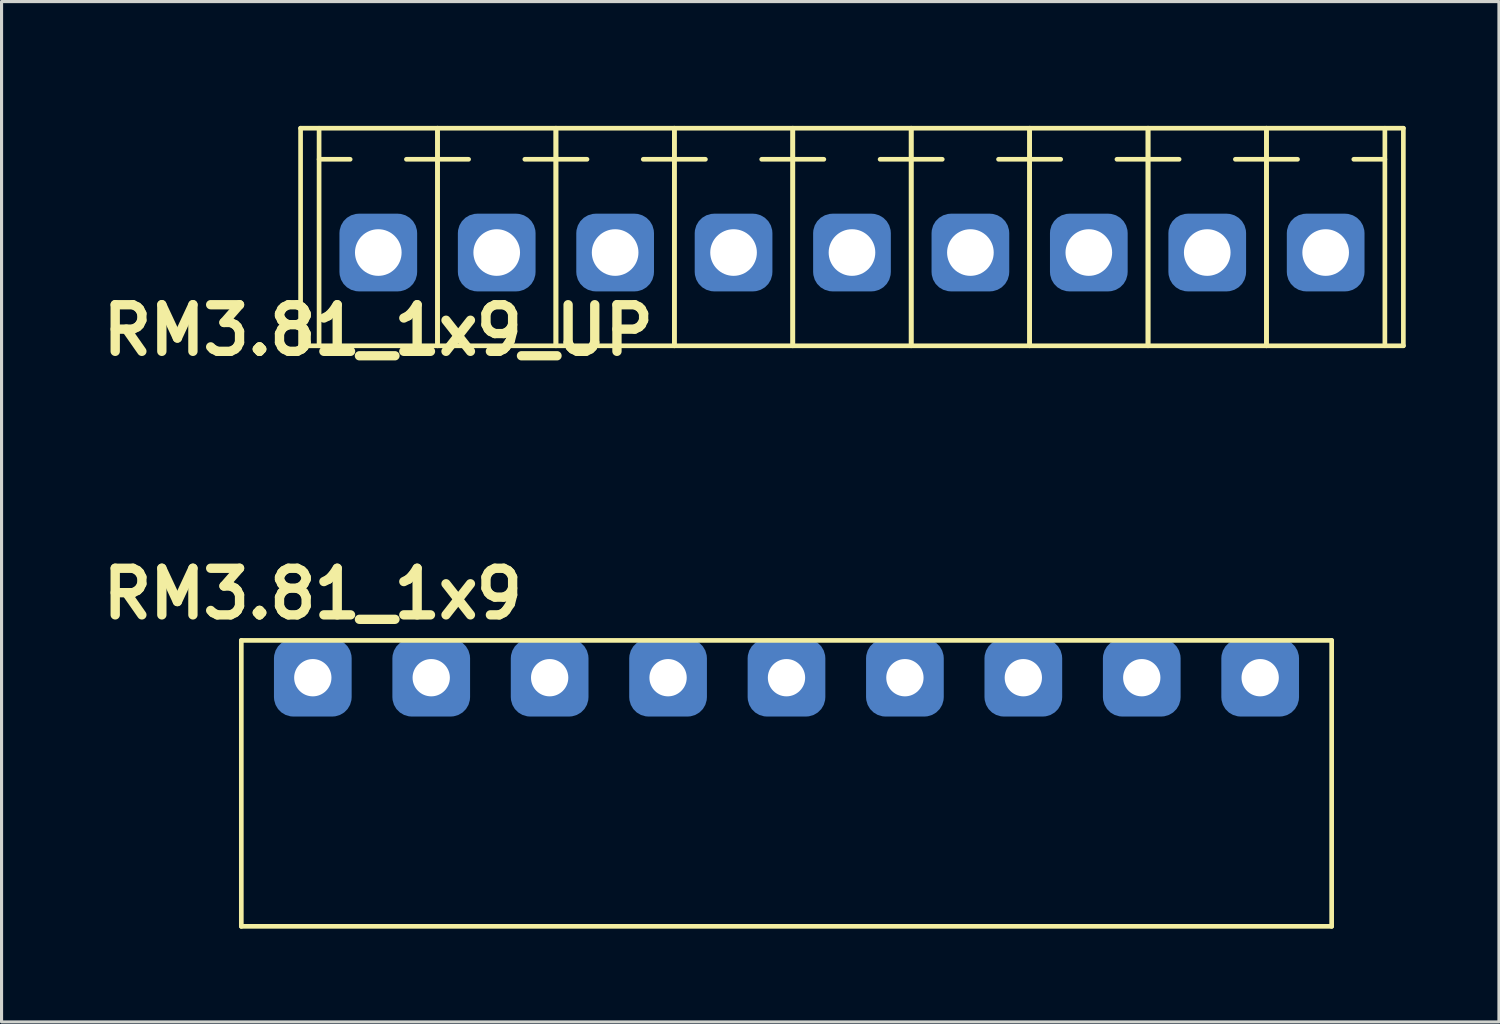
<source format=kicad_pcb>
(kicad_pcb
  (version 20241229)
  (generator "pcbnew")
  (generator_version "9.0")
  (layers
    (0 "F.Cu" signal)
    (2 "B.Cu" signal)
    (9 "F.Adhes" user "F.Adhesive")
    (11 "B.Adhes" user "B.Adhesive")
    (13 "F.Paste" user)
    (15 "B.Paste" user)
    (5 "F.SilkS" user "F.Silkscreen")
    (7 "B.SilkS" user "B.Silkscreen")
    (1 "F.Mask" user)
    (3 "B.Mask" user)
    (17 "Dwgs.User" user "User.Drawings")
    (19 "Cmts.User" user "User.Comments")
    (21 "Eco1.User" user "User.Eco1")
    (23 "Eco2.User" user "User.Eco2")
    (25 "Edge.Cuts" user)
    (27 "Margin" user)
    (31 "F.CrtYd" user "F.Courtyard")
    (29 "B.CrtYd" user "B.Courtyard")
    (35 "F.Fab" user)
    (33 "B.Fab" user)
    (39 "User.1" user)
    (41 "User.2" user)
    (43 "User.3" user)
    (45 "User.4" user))
  (footprint "RM3.81_1x9_UP"
    (layer "F.Cu")
    (at 9.121 5.075)
    (property "Reference" "RM3.81_1x9_UP" (at 0 2.5 0) (layer "F.SilkS") (effects (font (size 1.5 1.5) (thickness 0.3))))
    (attr through_hole)
    (fp_line (start -2.5 -4) (end -2.5 3) (stroke (width 0.15) (type solid)) (layer "F.SilkS"))
    (fp_line (start -2.5 3) (end 32.98 3) (stroke (width 0.15) (type solid)) (layer "F.SilkS"))
    (fp_line (start -1.905 -3) (end -0.905 -3) (stroke (width 0.15) (type solid)) (layer "F.SilkS"))
    (fp_line (start -1.905 3) (end -1.905 -4) (stroke (width 0.15) (type solid)) (layer "F.SilkS"))
    (fp_line (start 1.905 -3) (end 0.905 -3) (stroke (width 0.15) (type solid)) (layer "F.SilkS"))
    (fp_line (start 1.905 -3) (end 2.905 -3) (stroke (width 0.15) (type solid)) (layer "F.SilkS"))
    (fp_line (start 1.905 3) (end 1.905 -4) (stroke (width 0.15) (type solid)) (layer "F.SilkS"))
    (fp_line (start 1.905 3) (end 1.905 -4) (stroke (width 0.15) (type solid)) (layer "F.SilkS"))
    (fp_line (start 5.715 -3) (end 4.715 -3) (stroke (width 0.15) (type solid)) (layer "F.SilkS"))
    (fp_line (start 5.715 -3) (end 6.715 -3) (stroke (width 0.15) (type solid)) (layer "F.SilkS"))
    (fp_line (start 5.715 3) (end 5.715 -4) (stroke (width 0.15) (type solid)) (layer "F.SilkS"))
    (fp_line (start 5.715 3) (end 5.715 -4) (stroke (width 0.15) (type solid)) (layer "F.SilkS"))
    (fp_line (start 9.525 -3) (end 8.525 -3) (stroke (width 0.15) (type solid)) (layer "F.SilkS"))
    (fp_line (start 9.525 -3) (end 10.525 -3) (stroke (width 0.15) (type solid)) (layer "F.SilkS"))
    (fp_line (start 9.525 3) (end 9.525 -4) (stroke (width 0.15) (type solid)) (layer "F.SilkS"))
    (fp_line (start 9.525 3) (end 9.525 -4) (stroke (width 0.15) (type solid)) (layer "F.SilkS"))
    (fp_line (start 13.335 -3) (end 12.335 -3) (stroke (width 0.15) (type solid)) (layer "F.SilkS"))
    (fp_line (start 13.335 -3) (end 14.335 -3) (stroke (width 0.15) (type solid)) (layer "F.SilkS"))
    (fp_line (start 13.335 3) (end 13.335 -4) (stroke (width 0.15) (type solid)) (layer "F.SilkS"))
    (fp_line (start 13.335 3) (end 13.335 -4) (stroke (width 0.15) (type solid)) (layer "F.SilkS"))
    (fp_line (start 17.145 -3) (end 16.145 -3) (stroke (width 0.15) (type solid)) (layer "F.SilkS"))
    (fp_line (start 17.145 -3) (end 18.145 -3) (stroke (width 0.15) (type solid)) (layer "F.SilkS"))
    (fp_line (start 17.145 3) (end 17.145 -4) (stroke (width 0.15) (type solid)) (layer "F.SilkS"))
    (fp_line (start 17.145 3) (end 17.145 -4) (stroke (width 0.15) (type solid)) (layer "F.SilkS"))
    (fp_line (start 20.955 -3) (end 19.955 -3) (stroke (width 0.15) (type solid)) (layer "F.SilkS"))
    (fp_line (start 20.955 -3) (end 21.955 -3) (stroke (width 0.15) (type solid)) (layer "F.SilkS"))
    (fp_line (start 20.955 3) (end 20.955 -4) (stroke (width 0.15) (type solid)) (layer "F.SilkS"))
    (fp_line (start 20.955 3) (end 20.955 -4) (stroke (width 0.15) (type solid)) (layer "F.SilkS"))
    (fp_line (start 24.765 -3) (end 23.765 -3) (stroke (width 0.15) (type solid)) (layer "F.SilkS"))
    (fp_line (start 24.765 -3) (end 25.765 -3) (stroke (width 0.15) (type solid)) (layer "F.SilkS"))
    (fp_line (start 24.765 3) (end 24.765 -4) (stroke (width 0.15) (type solid)) (layer "F.SilkS"))
    (fp_line (start 24.765 3) (end 24.765 -4) (stroke (width 0.15) (type solid)) (layer "F.SilkS"))
    (fp_line (start 28.575 -3) (end 27.575 -3) (stroke (width 0.15) (type solid)) (layer "F.SilkS"))
    (fp_line (start 28.575 -3) (end 29.575 -3) (stroke (width 0.15) (type solid)) (layer "F.SilkS"))
    (fp_line (start 28.575 3) (end 28.575 -4) (stroke (width 0.15) (type solid)) (layer "F.SilkS"))
    (fp_line (start 28.575 3) (end 28.575 -4) (stroke (width 0.15) (type solid)) (layer "F.SilkS"))
    (fp_line (start 32.385 -3) (end 31.385 -3) (stroke (width 0.15) (type solid)) (layer "F.SilkS"))
    (fp_line (start 32.385 3) (end 32.385 -4) (stroke (width 0.15) (type solid)) (layer "F.SilkS"))
    (fp_line (start 32.98 -4) (end -2.5 -4) (stroke (width 0.15) (type solid)) (layer "F.SilkS"))
    (fp_line (start 32.98 3) (end 32.98 -4) (stroke (width 0.15) (type solid)) (layer "F.SilkS"))
    (fp_line (start -1.905 -5) (end -1.905 6.5) (stroke (width 0.15) (type solid)) (layer "Margin"))
    (fp_line (start -1.905 6.5) (end 32.385 6.5) (stroke (width 0.15) (type solid)) (layer "Margin"))
    (fp_line (start -1 1.5) (end -1 4) (stroke (width 0.15) (type solid)) (layer "Margin"))
    (fp_line (start -1 4) (end 1 4) (stroke (width 0.15) (type solid)) (layer "Margin"))
    (fp_line (start 1 1.5) (end -1 1.5) (stroke (width 0.15) (type solid)) (layer "Margin"))
    (fp_line (start 1 4) (end 1 1.5) (stroke (width 0.15) (type solid)) (layer "Margin"))
    (fp_line (start 2.81 1.5) (end 2.81 4) (stroke (width 0.15) (type solid)) (layer "Margin"))
    (fp_line (start 2.81 4) (end 4.81 4) (stroke (width 0.15) (type solid)) (layer "Margin"))
    (fp_line (start 4.81 1.5) (end 2.81 1.5) (stroke (width 0.15) (type solid)) (layer "Margin"))
    (fp_line (start 4.81 4) (end 4.81 1.5) (stroke (width 0.15) (type solid)) (layer "Margin"))
    (fp_line (start 6.62 1.5) (end 6.62 4) (stroke (width 0.15) (type solid)) (layer "Margin"))
    (fp_line (start 6.62 4) (end 8.62 4) (stroke (width 0.15) (type solid)) (layer "Margin"))
    (fp_line (start 8.62 1.5) (end 6.62 1.5) (stroke (width 0.15) (type solid)) (layer "Margin"))
    (fp_line (start 8.62 4) (end 8.62 1.5) (stroke (width 0.15) (type solid)) (layer "Margin"))
    (fp_line (start 10.43 1.5) (end 10.43 4) (stroke (width 0.15) (type solid)) (layer "Margin"))
    (fp_line (start 10.43 4) (end 12.43 4) (stroke (width 0.15) (type solid)) (layer "Margin"))
    (fp_line (start 12.43 1.5) (end 10.43 1.5) (stroke (width 0.15) (type solid)) (layer "Margin"))
    (fp_line (start 12.43 4) (end 12.43 1.5) (stroke (width 0.15) (type solid)) (layer "Margin"))
    (fp_line (start 14.24 1.5) (end 14.24 4) (stroke (width 0.15) (type solid)) (layer "Margin"))
    (fp_line (start 14.24 4) (end 16.24 4) (stroke (width 0.15) (type solid)) (layer "Margin"))
    (fp_line (start 16.24 1.5) (end 14.24 1.5) (stroke (width 0.15) (type solid)) (layer "Margin"))
    (fp_line (start 16.24 4) (end 16.24 1.5) (stroke (width 0.15) (type solid)) (layer "Margin"))
    (fp_line (start 18.05 1.5) (end 18.05 4) (stroke (width 0.15) (type solid)) (layer "Margin"))
    (fp_line (start 18.05 4) (end 20.05 4) (stroke (width 0.15) (type solid)) (layer "Margin"))
    (fp_line (start 20.05 1.5) (end 18.05 1.5) (stroke (width 0.15) (type solid)) (layer "Margin"))
    (fp_line (start 20.05 4) (end 20.05 1.5) (stroke (width 0.15) (type solid)) (layer "Margin"))
    (fp_line (start 21.86 1.5) (end 21.86 4) (stroke (width 0.15) (type solid)) (layer "Margin"))
    (fp_line (start 21.86 4) (end 23.86 4) (stroke (width 0.15) (type solid)) (layer "Margin"))
    (fp_line (start 23.86 1.5) (end 21.86 1.5) (stroke (width 0.15) (type solid)) (layer "Margin"))
    (fp_line (start 23.86 4) (end 23.86 1.5) (stroke (width 0.15) (type solid)) (layer "Margin"))
    (fp_line (start 25.67 1.5) (end 25.67 4) (stroke (width 0.15) (type solid)) (layer "Margin"))
    (fp_line (start 25.67 4) (end 27.67 4) (stroke (width 0.15) (type solid)) (layer "Margin"))
    (fp_line (start 27.67 1.5) (end 25.67 1.5) (stroke (width 0.15) (type solid)) (layer "Margin"))
    (fp_line (start 27.67 4) (end 27.67 1.5) (stroke (width 0.15) (type solid)) (layer "Margin"))
    (fp_line (start 29.48 1.5) (end 29.48 4) (stroke (width 0.15) (type solid)) (layer "Margin"))
    (fp_line (start 29.48 4) (end 31.48 4) (stroke (width 0.15) (type solid)) (layer "Margin"))
    (fp_line (start 31.48 1.5) (end 29.48 1.5) (stroke (width 0.15) (type solid)) (layer "Margin"))
    (fp_line (start 31.48 4) (end 31.48 1.5) (stroke (width 0.15) (type solid)) (layer "Margin"))
    (fp_line (start 32.385 -5) (end -1.905 -5) (stroke (width 0.15) (type solid)) (layer "Margin"))
    (fp_line (start 32.385 6.5) (end 32.385 -5) (stroke (width 0.15) (type solid)) (layer "Margin"))
    (pad "1" thru_hole circle (at 0 0) (size 1.8 1.8) (drill 1.5) (layers "*.Cu" "*.Mask"))
    (pad "1" smd roundrect (at 0 0) (size 2.5 2.5) (layers "B.Cu" "B.Mask") (roundrect_rratio 0.25))
    (pad "2" thru_hole circle (at 3.81 0) (size 1.8 1.8) (drill 1.5) (layers "*.Cu" "*.Mask"))
    (pad "2" smd roundrect (at 3.81 0) (size 2.5 2.5) (layers "B.Cu" "B.Mask") (roundrect_rratio 0.25))
    (pad "3" thru_hole circle (at 7.62 0) (size 1.8 1.8) (drill 1.5) (layers "*.Cu" "*.Mask"))
    (pad "3" smd roundrect (at 7.62 0) (size 2.5 2.5) (layers "B.Cu" "B.Mask") (roundrect_rratio 0.25))
    (pad "4" thru_hole circle (at 11.43 0) (size 1.8 1.8) (drill 1.5) (layers "*.Cu" "*.Mask"))
    (pad "4" smd roundrect (at 11.43 0) (size 2.5 2.5) (layers "B.Cu" "B.Mask") (roundrect_rratio 0.25))
    (pad "5" thru_hole circle (at 15.24 0) (size 1.8 1.8) (drill 1.5) (layers "*.Cu" "*.Mask"))
    (pad "5" smd roundrect (at 15.24 0) (size 2.5 2.5) (layers "B.Cu" "B.Mask") (roundrect_rratio 0.25))
    (pad "6" thru_hole circle (at 19.05 0) (size 1.8 1.8) (drill 1.5) (layers "*.Cu" "*.Mask"))
    (pad "6" smd roundrect (at 19.05 0) (size 2.5 2.5) (layers "B.Cu" "B.Mask") (roundrect_rratio 0.25))
    (pad "7" thru_hole circle (at 22.86 0) (size 1.8 1.8) (drill 1.5) (layers "*.Cu" "*.Mask"))
    (pad "7" smd roundrect (at 22.86 0) (size 2.5 2.5) (layers "B.Cu" "B.Mask") (roundrect_rratio 0.25))
    (pad "8" thru_hole circle (at 26.67 0) (size 1.8 1.8) (drill 1.5) (layers "*.Cu" "*.Mask"))
    (pad "8" smd roundrect (at 26.67 0) (size 2.5 2.5) (layers "B.Cu" "B.Mask") (roundrect_rratio 0.25))
    (pad "9" thru_hole circle (at 30.48 0) (size 1.8 1.8) (drill 1.5) (layers "*.Cu" "*.Mask"))
    (pad "9" smd roundrect (at 30.48 0) (size 2.5 2.5) (layers "B.Cu" "B.Mask") (roundrect_rratio 0.25)))
  (footprint "RM3.81_1x9"
    (layer "F.Cu")
    (at 7.014 18.754)
    (property "Reference" "RM3.81_1x9" (at 0 -2.7 0) (layer "F.SilkS") (effects (font (size 1.5 1.5) (thickness 0.3))))
    (attr through_hole)
    (fp_line (start -2.3 -1.2) (end -2.3 8) (stroke (width 0.15) (type solid)) (layer "F.SilkS"))
    (fp_line (start -2.3 -1.2) (end 32.78 -1.2) (stroke (width 0.15) (type solid)) (layer "F.SilkS"))
    (fp_line (start -2.3 8) (end 32.78 8) (stroke (width 0.15) (type solid)) (layer "F.SilkS"))
    (fp_line (start 32.78 -1.2) (end 32.78 8) (stroke (width 0.15) (type solid)) (layer "F.SilkS"))
    (pad "0" thru_hole circle (at 0 0) (size 1.5 1.5) (drill 1.2) (layers "*.Cu" "*.Mask"))
    (pad "0" smd roundrect (at 0 0) (size 2.5 2.5) (layers "B.Cu" "B.Mask") (roundrect_rratio 0.25))
    (pad "1" thru_hole circle (at 3.81 0) (size 1.5 1.5) (drill 1.2) (layers "*.Cu" "*.Mask"))
    (pad "1" smd roundrect (at 3.81 0) (size 2.5 2.5) (layers "B.Cu" "B.Mask") (roundrect_rratio 0.25))
    (pad "2" thru_hole circle (at 7.62 0) (size 1.5 1.5) (drill 1.2) (layers "*.Cu" "*.Mask"))
    (pad "2" smd roundrect (at 7.62 0) (size 2.5 2.5) (layers "B.Cu" "B.Mask") (roundrect_rratio 0.25))
    (pad "3" thru_hole circle (at 11.43 0) (size 1.5 1.5) (drill 1.2) (layers "*.Cu" "*.Mask"))
    (pad "3" smd roundrect (at 11.43 0) (size 2.5 2.5) (layers "B.Cu" "B.Mask") (roundrect_rratio 0.25))
    (pad "4" thru_hole circle (at 15.24 0) (size 1.5 1.5) (drill 1.2) (layers "*.Cu" "*.Mask"))
    (pad "4" smd roundrect (at 15.24 0) (size 2.5 2.5) (layers "B.Cu" "B.Mask") (roundrect_rratio 0.25))
    (pad "5" thru_hole circle (at 19.05 0) (size 1.5 1.5) (drill 1.2) (layers "*.Cu" "*.Mask"))
    (pad "5" smd roundrect (at 19.05 0) (size 2.5 2.5) (layers "B.Cu" "B.Mask") (roundrect_rratio 0.25))
    (pad "6" thru_hole circle (at 22.86 0) (size 1.5 1.5) (drill 1.2) (layers "*.Cu" "*.Mask"))
    (pad "6" smd roundrect (at 22.86 0) (size 2.5 2.5) (layers "B.Cu" "B.Mask") (roundrect_rratio 0.25))
    (pad "7" thru_hole circle (at 26.67 0) (size 1.5 1.5) (drill 1.2) (layers "*.Cu" "*.Mask"))
    (pad "7" smd roundrect (at 26.67 0) (size 2.5 2.5) (layers "B.Cu" "B.Mask") (roundrect_rratio 0.25))
    (pad "8" thru_hole circle (at 30.48 0) (size 1.5 1.5) (drill 1.2) (layers "*.Cu" "*.Mask"))
    (pad "8" smd roundrect (at 30.48 0) (size 2.5 2.5) (layers "B.Cu" "B.Mask") (roundrect_rratio 0.25)))
  (gr_rect
    (start -3 -3)
    (end 45.176 29.829)
    (stroke (width 0.1) (type default))
    (fill no)
    (layer "Edge.Cuts")))
</source>
